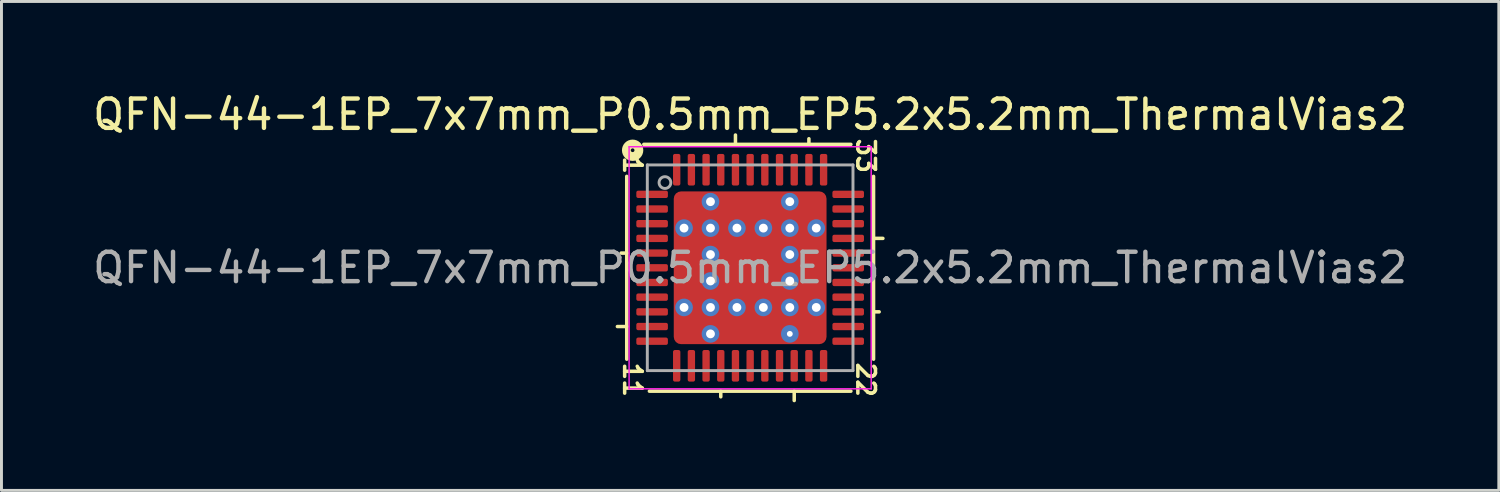
<source format=kicad_pcb>
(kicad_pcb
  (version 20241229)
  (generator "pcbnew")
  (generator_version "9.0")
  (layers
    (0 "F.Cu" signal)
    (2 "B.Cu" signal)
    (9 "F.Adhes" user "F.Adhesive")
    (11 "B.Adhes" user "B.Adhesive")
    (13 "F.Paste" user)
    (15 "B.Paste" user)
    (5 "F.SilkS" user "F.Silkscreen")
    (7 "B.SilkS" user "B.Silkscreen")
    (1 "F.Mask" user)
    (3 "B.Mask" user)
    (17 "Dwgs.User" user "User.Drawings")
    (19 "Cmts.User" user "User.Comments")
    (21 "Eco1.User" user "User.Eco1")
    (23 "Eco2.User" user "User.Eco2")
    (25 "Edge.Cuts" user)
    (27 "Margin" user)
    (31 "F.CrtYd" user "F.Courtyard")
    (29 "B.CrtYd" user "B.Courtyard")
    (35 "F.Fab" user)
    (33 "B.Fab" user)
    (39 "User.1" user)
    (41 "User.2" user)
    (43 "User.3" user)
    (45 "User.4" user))
  (footprint "QFN-44-1EP_7x7mm_P0.5mm_EP5.2x5.2mm_ThermalVias2"
    (layer "F.Cu")
    (at 22.482 6.064)
    (property "Reference" "QFN-44-1EP_7x7mm_P0.5mm_EP5.2x5.2mm_ThermalVias2" (at 0 -5.216 0) (layer "F.SilkS") (effects (font (size 1 1) (thickness 0.15))))
    (attr smd)
    (fp_line (start -4.2 -3.111) (end -4.2 3.111) (stroke (width 0.12) (type solid)) (layer "F.SilkS"))
    (fp_line (start -4.2 -0.5) (end -4.391 -0.5) (stroke (width 0.12) (type solid)) (layer "F.SilkS"))
    (fp_line (start -4.2 2) (end -4.518 2) (stroke (width 0.12) (type solid)) (layer "F.SilkS"))
    (fp_line (start -3.429 4.2) (end 3.429 4.2) (stroke (width 0.12) (type solid)) (layer "F.SilkS"))
    (fp_line (start -1 4.2) (end -1 4.391) (stroke (width 0.12) (type solid)) (layer "F.SilkS"))
    (fp_line (start -0.5 -4.2) (end -0.5 -4.518) (stroke (width 0.12) (type solid)) (layer "F.SilkS"))
    (fp_line (start 1.5 4.2) (end 1.5 4.518) (stroke (width 0.12) (type solid)) (layer "F.SilkS"))
    (fp_line (start 2 -4.2) (end 2 -4.391) (stroke (width 0.12) (type solid)) (layer "F.SilkS"))
    (fp_line (start 3.429 -4.2) (end -3.619 -4.2) (stroke (width 0.12) (type solid)) (layer "F.SilkS"))
    (fp_line (start 4.2 -1) (end 4.518 -1) (stroke (width 0.12) (type solid)) (layer "F.SilkS"))
    (fp_line (start 4.2 1.5) (end 4.391 1.5) (stroke (width 0.12) (type solid)) (layer "F.SilkS"))
    (fp_line (start 4.2 3.111) (end 4.2 -3.111) (stroke (width 0.12) (type solid)) (layer "F.SilkS"))
    (fp_circle (center -4 -4) (end -3.937 -4) (stroke (width 0.3) (type solid)) (fill no) (layer "F.SilkS"))
    (fp_line (start -4.12 -4.12) (end -4.12 4.12) (stroke (width 0.05) (type solid)) (layer "F.CrtYd"))
    (fp_line (start -4.12 4.12) (end 4.12 4.12) (stroke (width 0.05) (type solid)) (layer "F.CrtYd"))
    (fp_line (start 4.12 -4.12) (end -4.12 -4.12) (stroke (width 0.05) (type solid)) (layer "F.CrtYd"))
    (fp_line (start 4.12 4.12) (end 4.12 -4.12) (stroke (width 0.05) (type solid)) (layer "F.CrtYd"))
    (fp_line (start -3.5 -3.5) (end 3.5 -3.5) (stroke (width 0.1) (type solid)) (layer "F.Fab"))
    (fp_line (start -3.5 3.5) (end -3.5 -3.5) (stroke (width 0.1) (type solid)) (layer "F.Fab"))
    (fp_line (start 3.5 -3.5) (end 3.5 3.5) (stroke (width 0.1) (type solid)) (layer "F.Fab"))
    (fp_line (start 3.5 3.5) (end -3.5 3.5) (stroke (width 0.1) (type solid)) (layer "F.Fab"))
    (fp_circle (center -2.9 -2.9) (end -2.7 -2.9) (stroke (width 0.1) (type solid)) (fill no) (layer "F.Fab"))
    (fp_text user "11" (at -4 3.81 270) (unlocked yes) (layer "F.SilkS") (effects (font (size 0.6 0.6) (thickness 0.12))))
    (fp_text user "22" (at 3.937 3.81 270) (unlocked yes) (layer "F.SilkS") (effects (font (size 0.6 0.6) (thickness 0.12))))
    (fp_text user "33" (at 3.937 -3.81 270) (unlocked yes) (layer "F.SilkS") (effects (font (size 0.6 0.6) (thickness 0.12))))
    (fp_text user "1" (at -4 -3.493 270) (unlocked yes) (layer "F.SilkS") (effects (font (size 0.6 0.6) (thickness 0.12))))
    (fp_text user "${REFERENCE}" (at 0 0 0) (layer "F.Fab") (effects (font (size 1 1) (thickness 0.15))))
    (pad "" smd roundrect (at -2.075 -2.075 90) (size 0.6 0.6) (layers "F.Paste") (roundrect_rratio 0.25))
    (pad "" smd roundrect (at -2.075 -2.075 90) (size 0.85 0.85) (layers "F.Mask") (roundrect_rratio 0.25))
    (pad "" smd roundrect (at -2.075 -0.5) (size 0.6 0.7) (layers "F.Paste") (roundrect_rratio 0.25))
    (pad "" smd roundrect (at -2.075 0 90) (size 2.1 0.85) (layers "F.Mask") (roundrect_rratio 0.25))
    (pad "" smd roundrect (at -2.075 0.5) (size 0.6 0.7) (layers "F.Paste") (roundrect_rratio 0.25))
    (pad "" smd roundrect (at -2.075 2.075 90) (size 0.6 0.6) (layers "F.Paste") (roundrect_rratio 0.25))
    (pad "" smd roundrect (at -2.075 2.075 90) (size 0.85 0.85) (layers "F.Mask") (roundrect_rratio 0.25))
    (pad "" smd roundrect (at -0.512 -0.512) (size 0.725 0.725) (layers "F.Paste") (roundrect_rratio 0.25))
    (pad "" smd roundrect (at -0.512 0.512) (size 0.725 0.725) (layers "F.Paste") (roundrect_rratio 0.25))
    (pad "" smd roundrect (at -0.5 -2.075 90) (size 0.6 0.7) (layers "F.Paste") (roundrect_rratio 0.25))
    (pad "" smd roundrect (at -0.5 2.075 90) (size 0.6 0.7) (layers "F.Paste") (roundrect_rratio 0.25))
    (pad "" smd roundrect (at -0.025 2.075 180) (size 2.15 0.85) (layers "F.Mask") (roundrect_rratio 0.25))
    (pad "" smd roundrect (at 0 -2.075 180) (size 2.1 0.85) (layers "F.Mask") (roundrect_rratio 0.25))
    (pad "" smd roundrect (at 0 0 90) (size 2.1 2.1) (layers "F.Mask") (roundrect_rratio 0.114))
    (pad "" smd roundrect (at 0.5 -2.075 90) (size 0.6 0.7) (layers "F.Paste") (roundrect_rratio 0.25))
    (pad "" smd roundrect (at 0.5 2.075 90) (size 0.6 0.7) (layers "F.Paste") (roundrect_rratio 0.25))
    (pad "" smd roundrect (at 0.512 -0.512) (size 0.725 0.725) (layers "F.Paste") (roundrect_rratio 0.25))
    (pad "" smd roundrect (at 0.512 0.512) (size 0.725 0.725) (layers "F.Paste") (roundrect_rratio 0.25))
    (pad "" smd roundrect (at 2.075 -2.075 90) (size 0.6 0.6) (layers "F.Paste") (roundrect_rratio 0.25))
    (pad "" smd roundrect (at 2.075 -2.075 90) (size 0.85 0.85) (layers "F.Mask") (roundrect_rratio 0.25))
    (pad "" smd roundrect (at 2.075 -0.5) (size 0.6 0.7) (layers "F.Paste") (roundrect_rratio 0.25))
    (pad "" smd roundrect (at 2.075 0 90) (size 2.1 0.85) (layers "F.Mask") (roundrect_rratio 0.25))
    (pad "" smd roundrect (at 2.075 0.5) (size 0.6 0.7) (layers "F.Paste") (roundrect_rratio 0.25))
    (pad "" smd roundrect (at 2.075 2.075 90) (size 0.6 0.6) (layers "F.Paste") (roundrect_rratio 0.25))
    (pad "" smd roundrect (at 2.075 2.075 90) (size 0.85 0.85) (layers "F.Mask") (roundrect_rratio 0.25))
    (pad "1" smd roundrect (at -3.337 -2.5) (size 1.075 0.25) (layers "F.Cu" "F.Mask" "F.Paste") (roundrect_rratio 0.25))
    (pad "2" smd roundrect (at -3.337 -2) (size 1.075 0.25) (layers "F.Cu" "F.Mask" "F.Paste") (roundrect_rratio 0.25))
    (pad "3" smd roundrect (at -3.337 -1.5) (size 1.075 0.25) (layers "F.Cu" "F.Mask" "F.Paste") (roundrect_rratio 0.25))
    (pad "4" smd roundrect (at -3.337 -1) (size 1.075 0.25) (layers "F.Cu" "F.Mask" "F.Paste") (roundrect_rratio 0.25))
    (pad "5" smd roundrect (at -3.337 -0.5) (size 1.075 0.25) (layers "F.Cu" "F.Mask" "F.Paste") (roundrect_rratio 0.25))
    (pad "6" smd roundrect (at -3.337 0) (size 1.075 0.25) (layers "F.Cu" "F.Mask" "F.Paste") (roundrect_rratio 0.25))
    (pad "7" smd roundrect (at -3.337 0.5) (size 1.075 0.25) (layers "F.Cu" "F.Mask" "F.Paste") (roundrect_rratio 0.25))
    (pad "8" smd roundrect (at -3.337 1) (size 1.075 0.25) (layers "F.Cu" "F.Mask" "F.Paste") (roundrect_rratio 0.25))
    (pad "9" smd roundrect (at -3.337 1.5) (size 1.075 0.25) (layers "F.Cu" "F.Mask" "F.Paste") (roundrect_rratio 0.25))
    (pad "10" smd roundrect (at -3.337 2) (size 1.075 0.25) (layers "F.Cu" "F.Mask" "F.Paste") (roundrect_rratio 0.25))
    (pad "11" smd roundrect (at -3.337 2.5) (size 1.075 0.25) (layers "F.Cu" "F.Mask" "F.Paste") (roundrect_rratio 0.25))
    (pad "12" smd roundrect (at -2.5 3.337) (size 0.25 1.075) (layers "F.Cu" "F.Mask" "F.Paste") (roundrect_rratio 0.25))
    (pad "13" smd roundrect (at -2 3.337) (size 0.25 1.075) (layers "F.Cu" "F.Mask" "F.Paste") (roundrect_rratio 0.25))
    (pad "14" smd roundrect (at -1.5 3.337) (size 0.25 1.075) (layers "F.Cu" "F.Mask" "F.Paste") (roundrect_rratio 0.25))
    (pad "15" smd roundrect (at -1 3.337) (size 0.25 1.075) (layers "F.Cu" "F.Mask" "F.Paste") (roundrect_rratio 0.25))
    (pad "16" smd roundrect (at -0.5 3.337) (size 0.25 1.075) (layers "F.Cu" "F.Mask" "F.Paste") (roundrect_rratio 0.25))
    (pad "17" smd roundrect (at 0 3.337) (size 0.25 1.075) (layers "F.Cu" "F.Mask" "F.Paste") (roundrect_rratio 0.25))
    (pad "18" smd roundrect (at 0.5 3.337) (size 0.25 1.075) (layers "F.Cu" "F.Mask" "F.Paste") (roundrect_rratio 0.25))
    (pad "19" smd roundrect (at 1 3.337) (size 0.25 1.075) (layers "F.Cu" "F.Mask" "F.Paste") (roundrect_rratio 0.25))
    (pad "20" smd roundrect (at 1.5 3.337) (size 0.25 1.075) (layers "F.Cu" "F.Mask" "F.Paste") (roundrect_rratio 0.25))
    (pad "21" smd roundrect (at 2 3.337) (size 0.25 1.075) (layers "F.Cu" "F.Mask" "F.Paste") (roundrect_rratio 0.25))
    (pad "22" smd roundrect (at 2.5 3.337) (size 0.25 1.075) (layers "F.Cu" "F.Mask" "F.Paste") (roundrect_rratio 0.25))
    (pad "23" smd roundrect (at 3.337 2.5) (size 1.075 0.25) (layers "F.Cu" "F.Mask" "F.Paste") (roundrect_rratio 0.25))
    (pad "24" smd roundrect (at 3.337 2) (size 1.075 0.25) (layers "F.Cu" "F.Mask" "F.Paste") (roundrect_rratio 0.25))
    (pad "25" smd roundrect (at 3.337 1.5) (size 1.075 0.25) (layers "F.Cu" "F.Mask" "F.Paste") (roundrect_rratio 0.25))
    (pad "26" smd roundrect (at 3.337 1) (size 1.075 0.25) (layers "F.Cu" "F.Mask" "F.Paste") (roundrect_rratio 0.25))
    (pad "27" smd roundrect (at 3.337 0.5) (size 1.075 0.25) (layers "F.Cu" "F.Mask" "F.Paste") (roundrect_rratio 0.25))
    (pad "28" smd roundrect (at 3.337 0) (size 1.075 0.25) (layers "F.Cu" "F.Mask" "F.Paste") (roundrect_rratio 0.25))
    (pad "29" smd roundrect (at 3.337 -0.5) (size 1.075 0.25) (layers "F.Cu" "F.Mask" "F.Paste") (roundrect_rratio 0.25))
    (pad "30" smd roundrect (at 3.337 -1) (size 1.075 0.25) (layers "F.Cu" "F.Mask" "F.Paste") (roundrect_rratio 0.25))
    (pad "31" smd roundrect (at 3.337 -1.5) (size 1.075 0.25) (layers "F.Cu" "F.Mask" "F.Paste") (roundrect_rratio 0.25))
    (pad "32" smd roundrect (at 3.337 -2) (size 1.075 0.25) (layers "F.Cu" "F.Mask" "F.Paste") (roundrect_rratio 0.25))
    (pad "33" smd roundrect (at 3.337 -2.5) (size 1.075 0.25) (layers "F.Cu" "F.Mask" "F.Paste") (roundrect_rratio 0.25))
    (pad "34" smd roundrect (at 2.5 -3.337) (size 0.25 1.075) (layers "F.Cu" "F.Mask" "F.Paste") (roundrect_rratio 0.25))
    (pad "35" smd roundrect (at 2 -3.337) (size 0.25 1.075) (layers "F.Cu" "F.Mask" "F.Paste") (roundrect_rratio 0.25))
    (pad "36" smd roundrect (at 1.5 -3.337) (size 0.25 1.075) (layers "F.Cu" "F.Mask" "F.Paste") (roundrect_rratio 0.25))
    (pad "37" smd roundrect (at 1 -3.337) (size 0.25 1.075) (layers "F.Cu" "F.Mask" "F.Paste") (roundrect_rratio 0.25))
    (pad "38" smd roundrect (at 0.5 -3.337) (size 0.25 1.075) (layers "F.Cu" "F.Mask" "F.Paste") (roundrect_rratio 0.25))
    (pad "39" smd roundrect (at 0 -3.337) (size 0.25 1.075) (layers "F.Cu" "F.Mask" "F.Paste") (roundrect_rratio 0.25))
    (pad "40" smd roundrect (at -0.5 -3.337) (size 0.25 1.075) (layers "F.Cu" "F.Mask" "F.Paste") (roundrect_rratio 0.25))
    (pad "41" smd roundrect (at -1 -3.337) (size 0.25 1.075) (layers "F.Cu" "F.Mask" "F.Paste") (roundrect_rratio 0.25))
    (pad "42" smd roundrect (at -1.5 -3.337) (size 0.25 1.075) (layers "F.Cu" "F.Mask" "F.Paste") (roundrect_rratio 0.25))
    (pad "43" smd roundrect (at -2 -3.337) (size 0.25 1.075) (layers "F.Cu" "F.Mask" "F.Paste") (roundrect_rratio 0.25))
    (pad "44" smd roundrect (at -2.5 -3.337) (size 0.25 1.075) (layers "F.Cu" "F.Mask" "F.Paste") (roundrect_rratio 0.25))
    (pad "45" thru_hole circle (at -2.25 -1.35) (size 0.6 0.6) (drill 0.3) (property pad_prop_heatsink) (layers "*.Cu" "*.Mask"))
    (pad "45" thru_hole circle (at -2.25 1.35) (size 0.6 0.6) (drill 0.3) (property pad_prop_heatsink) (layers "*.Cu" "*.Mask"))
    (pad "45" thru_hole circle (at -1.35 -2.25) (size 0.6 0.6) (drill 0.3) (property pad_prop_heatsink) (layers "*.Cu" "*.Mask"))
    (pad "45" thru_hole circle (at -1.35 -1.35) (size 0.6 0.6) (drill 0.3) (property pad_prop_heatsink) (layers "*.Cu" "*.Mask"))
    (pad "45" thru_hole circle (at -1.35 -0.45) (size 0.6 0.6) (drill 0.3) (property pad_prop_heatsink) (layers "*.Cu" "*.Mask"))
    (pad "45" thru_hole circle (at -1.35 0.45) (size 0.6 0.6) (drill 0.3) (property pad_prop_heatsink) (layers "*.Cu" "*.Mask"))
    (pad "45" thru_hole circle (at -1.35 1.35) (size 0.6 0.6) (drill 0.3) (property pad_prop_heatsink) (layers "*.Cu" "*.Mask"))
    (pad "45" thru_hole circle (at -1.35 2.25) (size 0.6 0.6) (drill 0.3) (property pad_prop_heatsink) (layers "*.Cu" "*.Mask"))
    (pad "45" thru_hole circle (at -0.45 -1.35) (size 0.6 0.6) (drill 0.3) (property pad_prop_heatsink) (layers "*.Cu" "*.Mask"))
    (pad "45" thru_hole circle (at -0.45 1.35) (size 0.6 0.6) (drill 0.3) (property pad_prop_heatsink) (layers "*.Cu" "*.Mask"))
    (pad "45" smd roundrect (at 0 0) (size 5.2 5.2) (layers "F.Cu") (roundrect_rratio 0.048))
    (pad "45" thru_hole circle (at 0.45 -1.35) (size 0.6 0.6) (drill 0.3) (property pad_prop_heatsink) (layers "*.Cu" "*.Mask"))
    (pad "45" thru_hole circle (at 0.45 1.35) (size 0.6 0.6) (drill 0.3) (property pad_prop_heatsink) (layers "*.Cu" "*.Mask"))
    (pad "45" thru_hole circle (at 1.35 -2.25) (size 0.6 0.6) (drill 0.3) (property pad_prop_heatsink) (layers "*.Cu" "*.Mask"))
    (pad "45" thru_hole circle (at 1.35 -1.35) (size 0.6 0.6) (drill 0.3) (property pad_prop_heatsink) (layers "*.Cu" "*.Mask"))
    (pad "45" thru_hole circle (at 1.35 -0.45) (size 0.6 0.6) (drill 0.3) (property pad_prop_heatsink) (layers "*.Cu" "*.Mask"))
    (pad "45" thru_hole circle (at 1.35 0.45) (size 0.6 0.6) (drill 0.3) (property pad_prop_heatsink) (layers "*.Cu" "*.Mask"))
    (pad "45" thru_hole circle (at 1.35 1.35) (size 0.6 0.6) (drill 0.3) (property pad_prop_heatsink) (layers "*.Cu" "*.Mask"))
    (pad "45" thru_hole circle (at 1.35 2.25) (size 0.6 0.6) (drill 0.2) (property pad_prop_heatsink) (layers "*.Cu" "*.Mask"))
    (pad "45" thru_hole circle (at 2.25 -1.35) (size 0.6 0.6) (drill 0.3) (property pad_prop_heatsink) (layers "*.Cu" "*.Mask"))
    (pad "45" thru_hole circle (at 2.251 1.35) (size 0.6 0.6) (drill 0.3) (property pad_prop_heatsink) (layers "*.Cu" "*.Mask")))
  (gr_rect
    (start -3 -3)
    (end 47.964 13.642)
    (stroke (width 0.1) (type default))
    (fill no)
    (layer "Edge.Cuts")))
</source>
